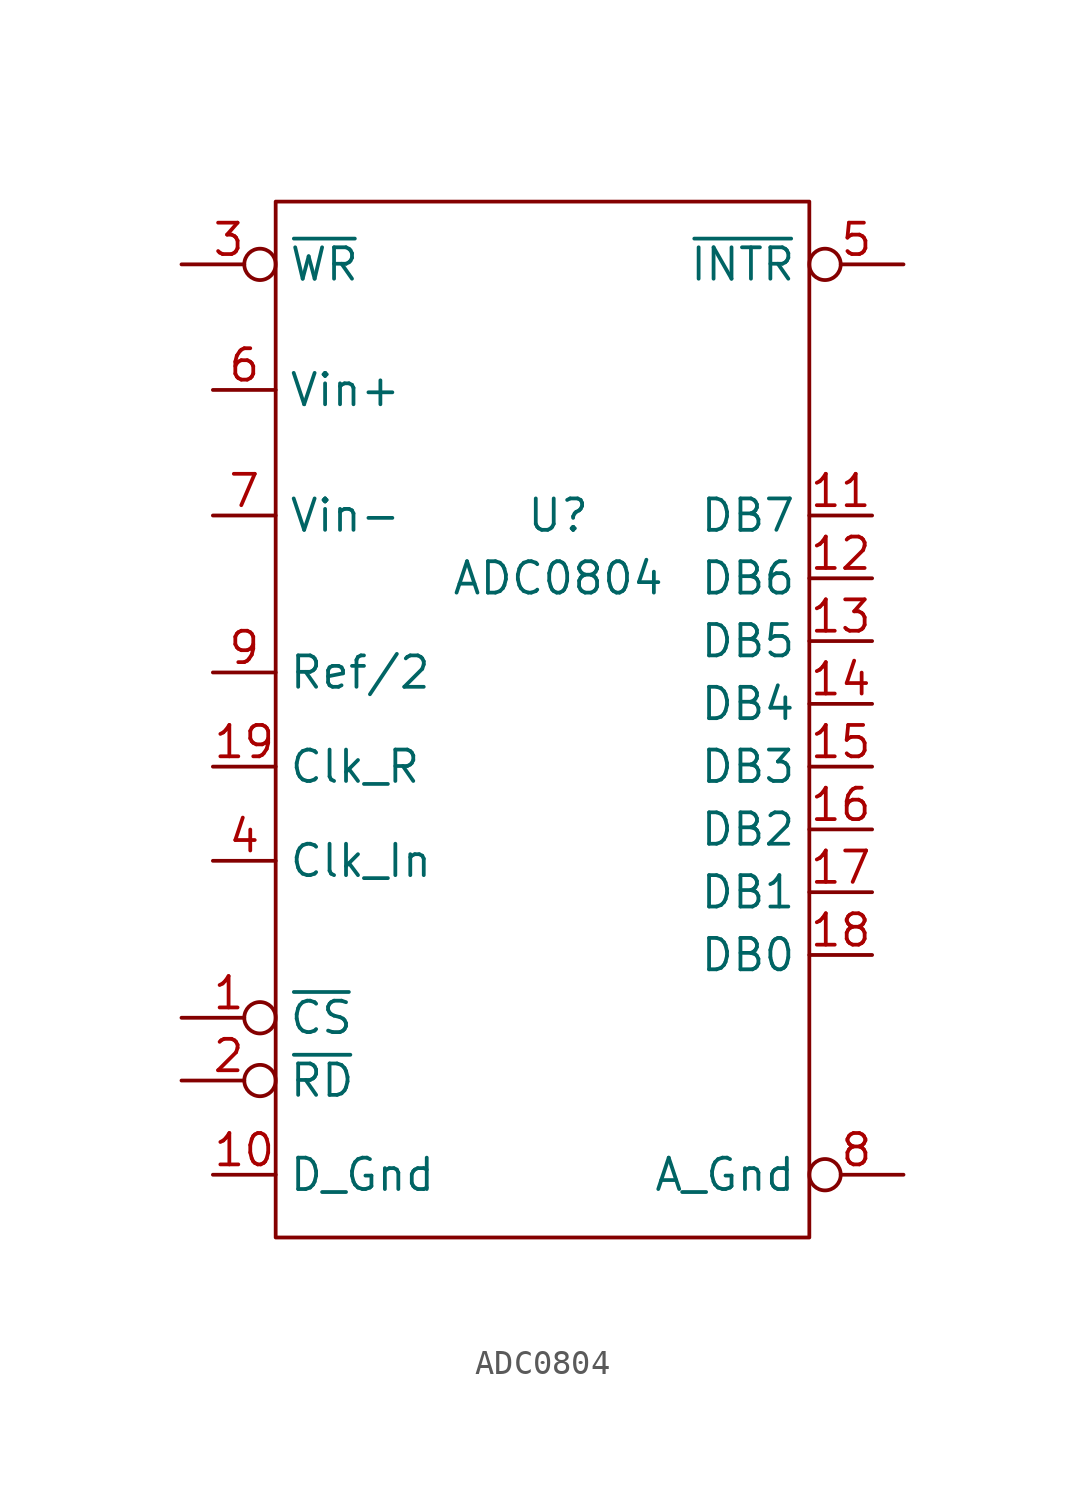
<source format=kicad_sym>
(kicad_symbol_lib
  (version 20211014)
  (generator kicad_symbol_editor)
  (symbol "ADC0804"
    (property "Reference" "U"
      (at 0 -16.51 0)
      (effects (font (size 1.27 1.27))))
    (property "Value" "ADC0804"
      (at 0 -19.05 0)
      (effects (font (size 1.27 1.27))))
    (symbol "ADC0804_0_1"
      (rectangle (start -11.43 -3.81) (end 10.16 -45.72) (stroke (width 0) (type default) (color 0 0 0 0)) (fill (type none))))
    (symbol "ADC0804_1_1"
      (pin bidirectional inverted (at -15.24 -36.83 0) (length 3.81) (name "~{CS}" (effects (font (size 1.27 1.27)))) (number "1" (effects (font (size 1.27 1.27)))))
      (pin bidirectional line (at -13.97 -43.18 0) (length 2.54) (name "D_Gnd" (effects (font (size 1.27 1.27)))) (number "10" (effects (font (size 1.27 1.27)))))
      (pin bidirectional line (at 12.7 -16.51 180) (length 2.54) (name "DB7" (effects (font (size 1.27 1.27)))) (number "11" (effects (font (size 1.27 1.27)))))
      (pin bidirectional line (at 12.7 -19.05 180) (length 2.54) (name "DB6" (effects (font (size 1.27 1.27)))) (number "12" (effects (font (size 1.27 1.27)))))
      (pin bidirectional line (at 12.7 -21.59 180) (length 2.54) (name "DB5" (effects (font (size 1.27 1.27)))) (number "13" (effects (font (size 1.27 1.27)))))
      (pin bidirectional line (at 12.7 -24.13 180) (length 2.54) (name "DB4" (effects (font (size 1.27 1.27)))) (number "14" (effects (font (size 1.27 1.27)))))
      (pin bidirectional line (at 12.7 -26.67 180) (length 2.54) (name "DB3" (effects (font (size 1.27 1.27)))) (number "15" (effects (font (size 1.27 1.27)))))
      (pin bidirectional line (at 12.7 -29.21 180) (length 2.54) (name "DB2" (effects (font (size 1.27 1.27)))) (number "16" (effects (font (size 1.27 1.27)))))
      (pin bidirectional line (at 12.7 -31.75 180) (length 2.54) (name "DB1" (effects (font (size 1.27 1.27)))) (number "17" (effects (font (size 1.27 1.27)))))
      (pin bidirectional line (at 12.7 -34.29 180) (length 2.54) (name "DB0" (effects (font (size 1.27 1.27)))) (number "18" (effects (font (size 1.27 1.27)))))
      (pin bidirectional line (at -13.97 -26.67 0) (length 2.54) (name "Clk_R" (effects (font (size 1.27 1.27)))) (number "19" (effects (font (size 1.27 1.27)))))
      (pin bidirectional inverted (at -15.24 -39.37 0) (length 3.81) (name "~{RD}" (effects (font (size 1.27 1.27)))) (number "2" (effects (font (size 1.27 1.27)))))
      (pin bidirectional inverted (at -15.24 -6.35 0) (length 3.81) (name "~{WR}" (effects (font (size 1.27 1.27)))) (number "3" (effects (font (size 1.27 1.27)))))
      (pin bidirectional line (at -13.97 -30.48 0) (length 2.54) (name "Clk_In" (effects (font (size 1.27 1.27)))) (number "4" (effects (font (size 1.27 1.27)))))
      (pin bidirectional inverted (at 13.97 -6.35 180) (length 3.81) (name "~{INTR}" (effects (font (size 1.27 1.27)))) (number "5" (effects (font (size 1.27 1.27)))))
      (pin bidirectional line (at -13.97 -11.43 0) (length 2.54) (name "Vin+" (effects (font (size 1.27 1.27)))) (number "6" (effects (font (size 1.27 1.27)))))
      (pin bidirectional line (at -13.97 -16.51 0) (length 2.54) (name "Vin-" (effects (font (size 1.27 1.27)))) (number "7" (effects (font (size 1.27 1.27)))))
      (pin bidirectional inverted (at 13.97 -43.18 180) (length 3.81) (name "A_Gnd" (effects (font (size 1.27 1.27)))) (number "8" (effects (font (size 1.27 1.27)))))
      (pin bidirectional line (at -13.97 -22.86 0) (length 2.54) (name "Ref/2" (effects (font (size 1.27 1.27)))) (number "9" (effects (font (size 1.27 1.27))))))))
</source>
